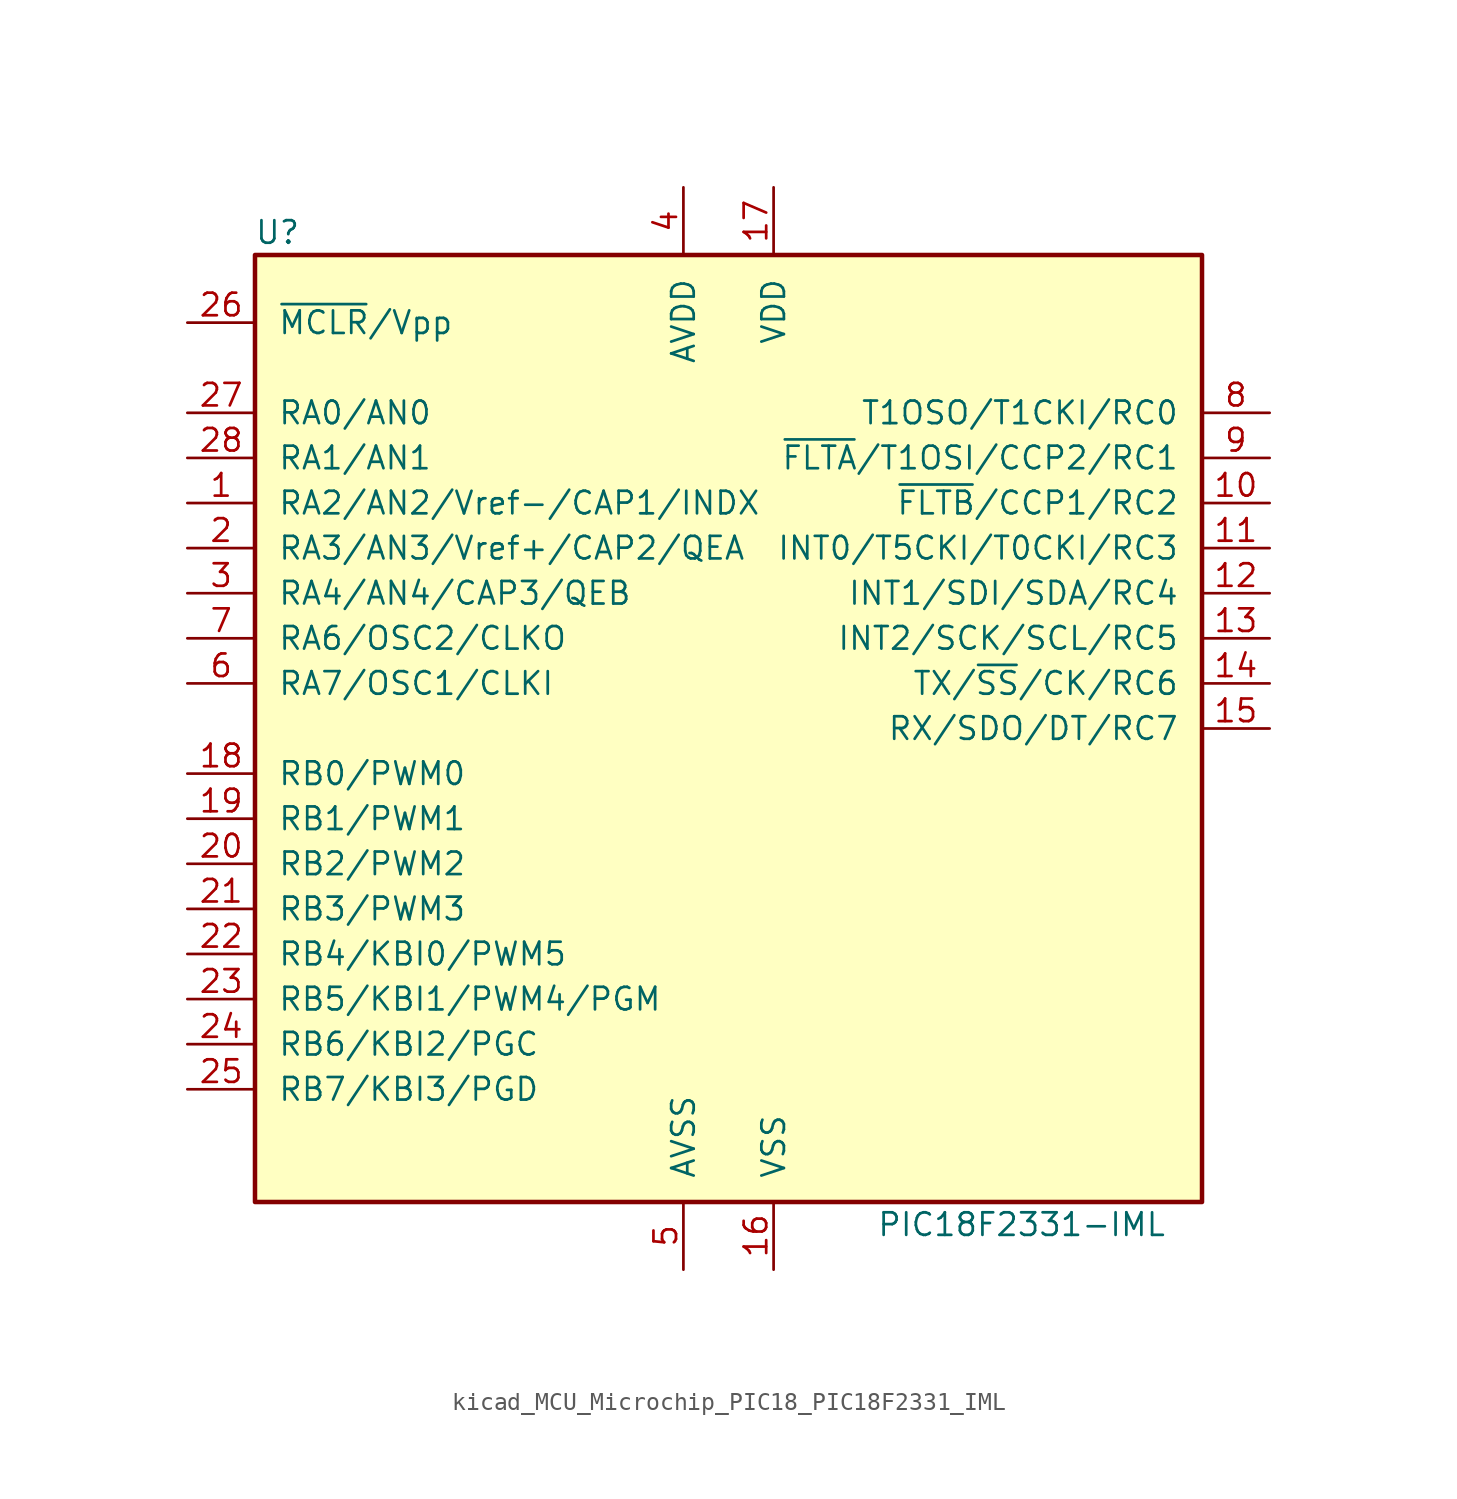
<source format=kicad_sym>
(kicad_symbol_lib
  (version 20220914)
  (generator kicad_symbol_editor)
  (symbol "kicad_MCU_Microchip_PIC18_PIC18F2331_IML"
    (pin_names
      (offset 1.27))
    (property "Reference" "U"
      (at -25.4 27.94 0)
      (effects (font (size 1.27 1.27))))
    (property "Value" "PIC18F2331-IML"
      (at 16.51 -27.94 0)
      (effects (font (size 1.27 1.27))))
    (symbol "kicad_MCU_Microchip_PIC18_PIC18F2331_IML_0_1"
      (rectangle (start -26.67 26.67) (end 26.67 -26.67) (stroke (width 0.254) (type default)) (fill (type background))))
    (symbol "kicad_MCU_Microchip_PIC18_PIC18F2331_IML_1_1"
      (pin bidirectional line (at -30.48 12.7 0) (length 3.81) (name "RA2/AN2/Vref-/CAP1/INDX" (effects (font (size 1.27 1.27)))) (number "1" (effects (font (size 1.27 1.27)))))
      (pin bidirectional line (at 30.48 12.7 180) (length 3.81) (name "~{FLTB}/CCP1/RC2" (effects (font (size 1.27 1.27)))) (number "10" (effects (font (size 1.27 1.27)))))
      (pin bidirectional line (at 30.48 10.16 180) (length 3.81) (name "INT0/T5CKI/T0CKI/RC3" (effects (font (size 1.27 1.27)))) (number "11" (effects (font (size 1.27 1.27)))))
      (pin bidirectional line (at 30.48 7.62 180) (length 3.81) (name "INT1/SDI/SDA/RC4" (effects (font (size 1.27 1.27)))) (number "12" (effects (font (size 1.27 1.27)))))
      (pin bidirectional line (at 30.48 5.08 180) (length 3.81) (name "INT2/SCK/SCL/RC5" (effects (font (size 1.27 1.27)))) (number "13" (effects (font (size 1.27 1.27)))))
      (pin bidirectional line (at 30.48 2.54 180) (length 3.81) (name "TX/~{SS}/CK/RC6" (effects (font (size 1.27 1.27)))) (number "14" (effects (font (size 1.27 1.27)))))
      (pin bidirectional line (at 30.48 0 180) (length 3.81) (name "RX/SDO/DT/RC7" (effects (font (size 1.27 1.27)))) (number "15" (effects (font (size 1.27 1.27)))))
      (pin power_in line (at 2.54 -30.48 90) (length 3.81) (name "VSS" (effects (font (size 1.27 1.27)))) (number "16" (effects (font (size 1.27 1.27)))))
      (pin power_in line (at 2.54 30.48 270) (length 3.81) (name "VDD" (effects (font (size 1.27 1.27)))) (number "17" (effects (font (size 1.27 1.27)))))
      (pin bidirectional line (at -30.48 -2.54 0) (length 3.81) (name "RB0/PWM0" (effects (font (size 1.27 1.27)))) (number "18" (effects (font (size 1.27 1.27)))))
      (pin bidirectional line (at -30.48 -5.08 0) (length 3.81) (name "RB1/PWM1" (effects (font (size 1.27 1.27)))) (number "19" (effects (font (size 1.27 1.27)))))
      (pin bidirectional line (at -30.48 10.16 0) (length 3.81) (name "RA3/AN3/Vref+/CAP2/QEA" (effects (font (size 1.27 1.27)))) (number "2" (effects (font (size 1.27 1.27)))))
      (pin bidirectional line (at -30.48 -7.62 0) (length 3.81) (name "RB2/PWM2" (effects (font (size 1.27 1.27)))) (number "20" (effects (font (size 1.27 1.27)))))
      (pin bidirectional line (at -30.48 -10.16 0) (length 3.81) (name "RB3/PWM3" (effects (font (size 1.27 1.27)))) (number "21" (effects (font (size 1.27 1.27)))))
      (pin bidirectional line (at -30.48 -12.7 0) (length 3.81) (name "RB4/KBI0/PWM5" (effects (font (size 1.27 1.27)))) (number "22" (effects (font (size 1.27 1.27)))))
      (pin bidirectional line (at -30.48 -15.24 0) (length 3.81) (name "RB5/KBI1/PWM4/PGM" (effects (font (size 1.27 1.27)))) (number "23" (effects (font (size 1.27 1.27)))))
      (pin bidirectional line (at -30.48 -17.78 0) (length 3.81) (name "RB6/KBI2/PGC" (effects (font (size 1.27 1.27)))) (number "24" (effects (font (size 1.27 1.27)))))
      (pin bidirectional line (at -30.48 -20.32 0) (length 3.81) (name "RB7/KBI3/PGD" (effects (font (size 1.27 1.27)))) (number "25" (effects (font (size 1.27 1.27)))))
      (pin input line (at -30.48 22.86 0) (length 3.81) (name "~{MCLR}/Vpp" (effects (font (size 1.27 1.27)))) (number "26" (effects (font (size 1.27 1.27)))))
      (pin bidirectional line (at -30.48 17.78 0) (length 3.81) (name "RA0/AN0" (effects (font (size 1.27 1.27)))) (number "27" (effects (font (size 1.27 1.27)))))
      (pin bidirectional line (at -30.48 15.24 0) (length 3.81) (name "RA1/AN1" (effects (font (size 1.27 1.27)))) (number "28" (effects (font (size 1.27 1.27)))))
      (pin bidirectional line (at -30.48 7.62 0) (length 3.81) (name "RA4/AN4/CAP3/QEB" (effects (font (size 1.27 1.27)))) (number "3" (effects (font (size 1.27 1.27)))))
      (pin power_in line (at -2.54 30.48 270) (length 3.81) (name "AVDD" (effects (font (size 1.27 1.27)))) (number "4" (effects (font (size 1.27 1.27)))))
      (pin power_in line (at -2.54 -30.48 90) (length 3.81) (name "AVSS" (effects (font (size 1.27 1.27)))) (number "5" (effects (font (size 1.27 1.27)))))
      (pin bidirectional line (at -30.48 2.54 0) (length 3.81) (name "RA7/OSC1/CLKI" (effects (font (size 1.27 1.27)))) (number "6" (effects (font (size 1.27 1.27)))))
      (pin bidirectional line (at -30.48 5.08 0) (length 3.81) (name "RA6/OSC2/CLKO" (effects (font (size 1.27 1.27)))) (number "7" (effects (font (size 1.27 1.27)))))
      (pin bidirectional line (at 30.48 17.78 180) (length 3.81) (name "T1OSO/T1CKI/RC0" (effects (font (size 1.27 1.27)))) (number "8" (effects (font (size 1.27 1.27)))))
      (pin bidirectional line (at 30.48 15.24 180) (length 3.81) (name "~{FLTA}/T1OSI/CCP2/RC1" (effects (font (size 1.27 1.27)))) (number "9" (effects (font (size 1.27 1.27))))))))
</source>
